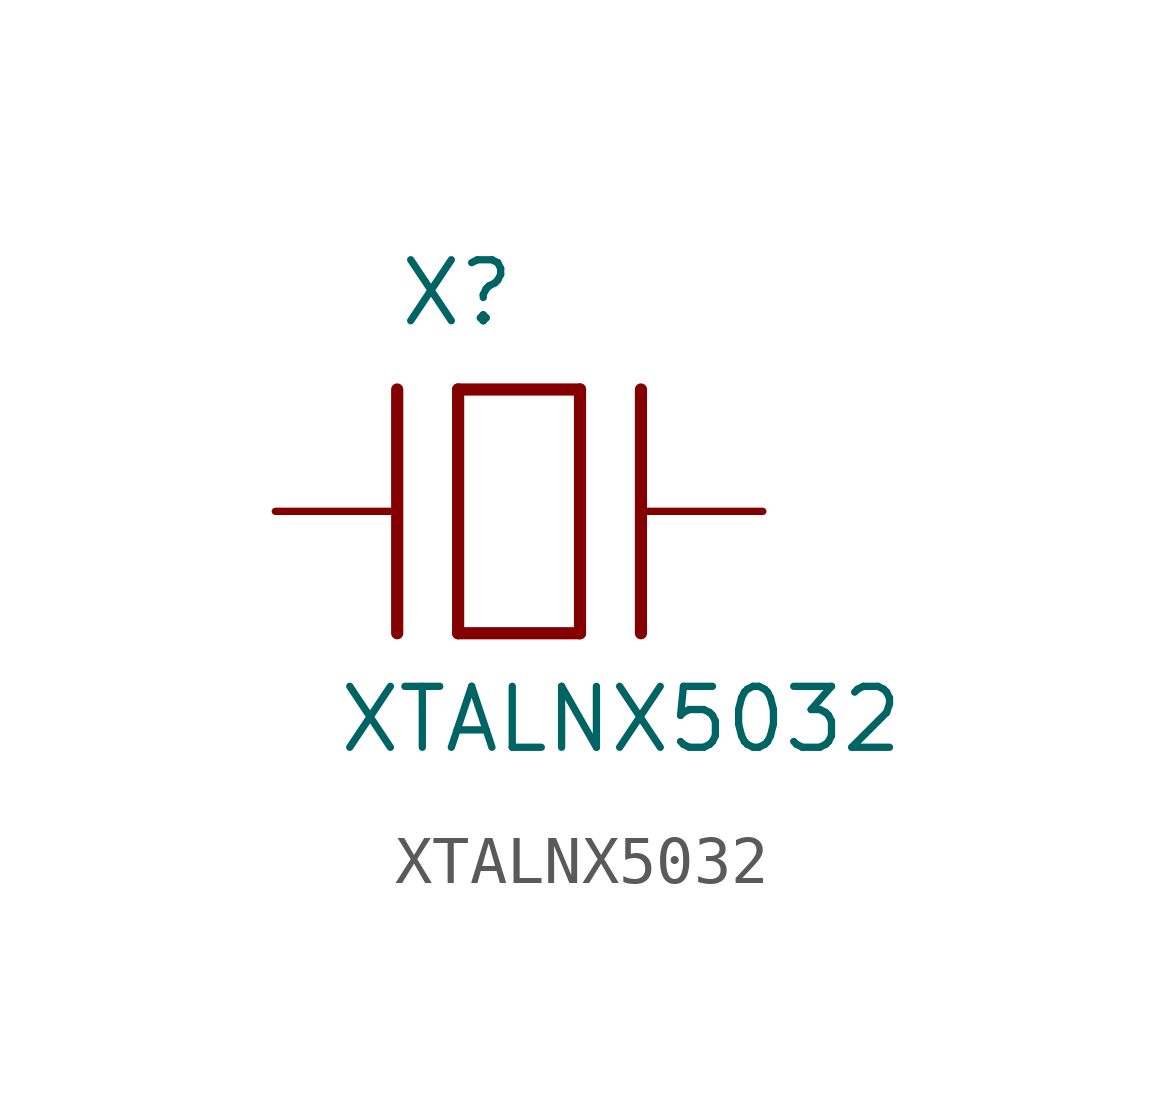
<source format=kicad_sym>
(kicad_symbol_lib
  (version 20211014)
  (generator kicad_symbol_editor)
  (symbol "XTALNX5032"
    (property "Reference" "X"
      (at -2.54 3.81 0)
      (effects (font (size 1.27 1.27)) (justify left bottom)))
    (property "Value" "XTALNX5032"
      (at -3.81 -5.08 0)
      (effects (font (size 1.27 1.27)) (justify left bottom)))
    (property "ki_locked" ""
      (at 0 0 0)
      (effects (font (size 1.27 1.27))))
    (symbol "XTALNX5032_1_0"
      (polyline (pts (xy -2.54 2.54) (xy -2.54 -2.54)) (stroke (width 0.254) (type default) (color 0 0 0 0)) (fill (type none)))
      (polyline (pts (xy -1.27 -2.54) (xy 1.27 -2.54)) (stroke (width 0.254) (type default) (color 0 0 0 0)) (fill (type none)))
      (polyline (pts (xy -1.27 2.54) (xy -1.27 -2.54)) (stroke (width 0.254) (type default) (color 0 0 0 0)) (fill (type none)))
      (polyline (pts (xy 1.27 -2.54) (xy 1.27 2.54)) (stroke (width 0.254) (type default) (color 0 0 0 0)) (fill (type none)))
      (polyline (pts (xy 1.27 2.54) (xy -1.27 2.54)) (stroke (width 0.254) (type default) (color 0 0 0 0)) (fill (type none)))
      (polyline (pts (xy 2.54 2.54) (xy 2.54 -2.54)) (stroke (width 0.254) (type default) (color 0 0 0 0)) (fill (type none)))
      (pin bidirectional line (at -5.08 0 0) (length 2.54) (name "P$1" (effects (font (size 0 0)))) (number "P$1" (effects (font (size 0 0)))))
      (pin bidirectional line (at 5.08 0 180) (length 2.54) (name "P$2" (effects (font (size 0 0)))) (number "P$2" (effects (font (size 0 0))))))))
</source>
